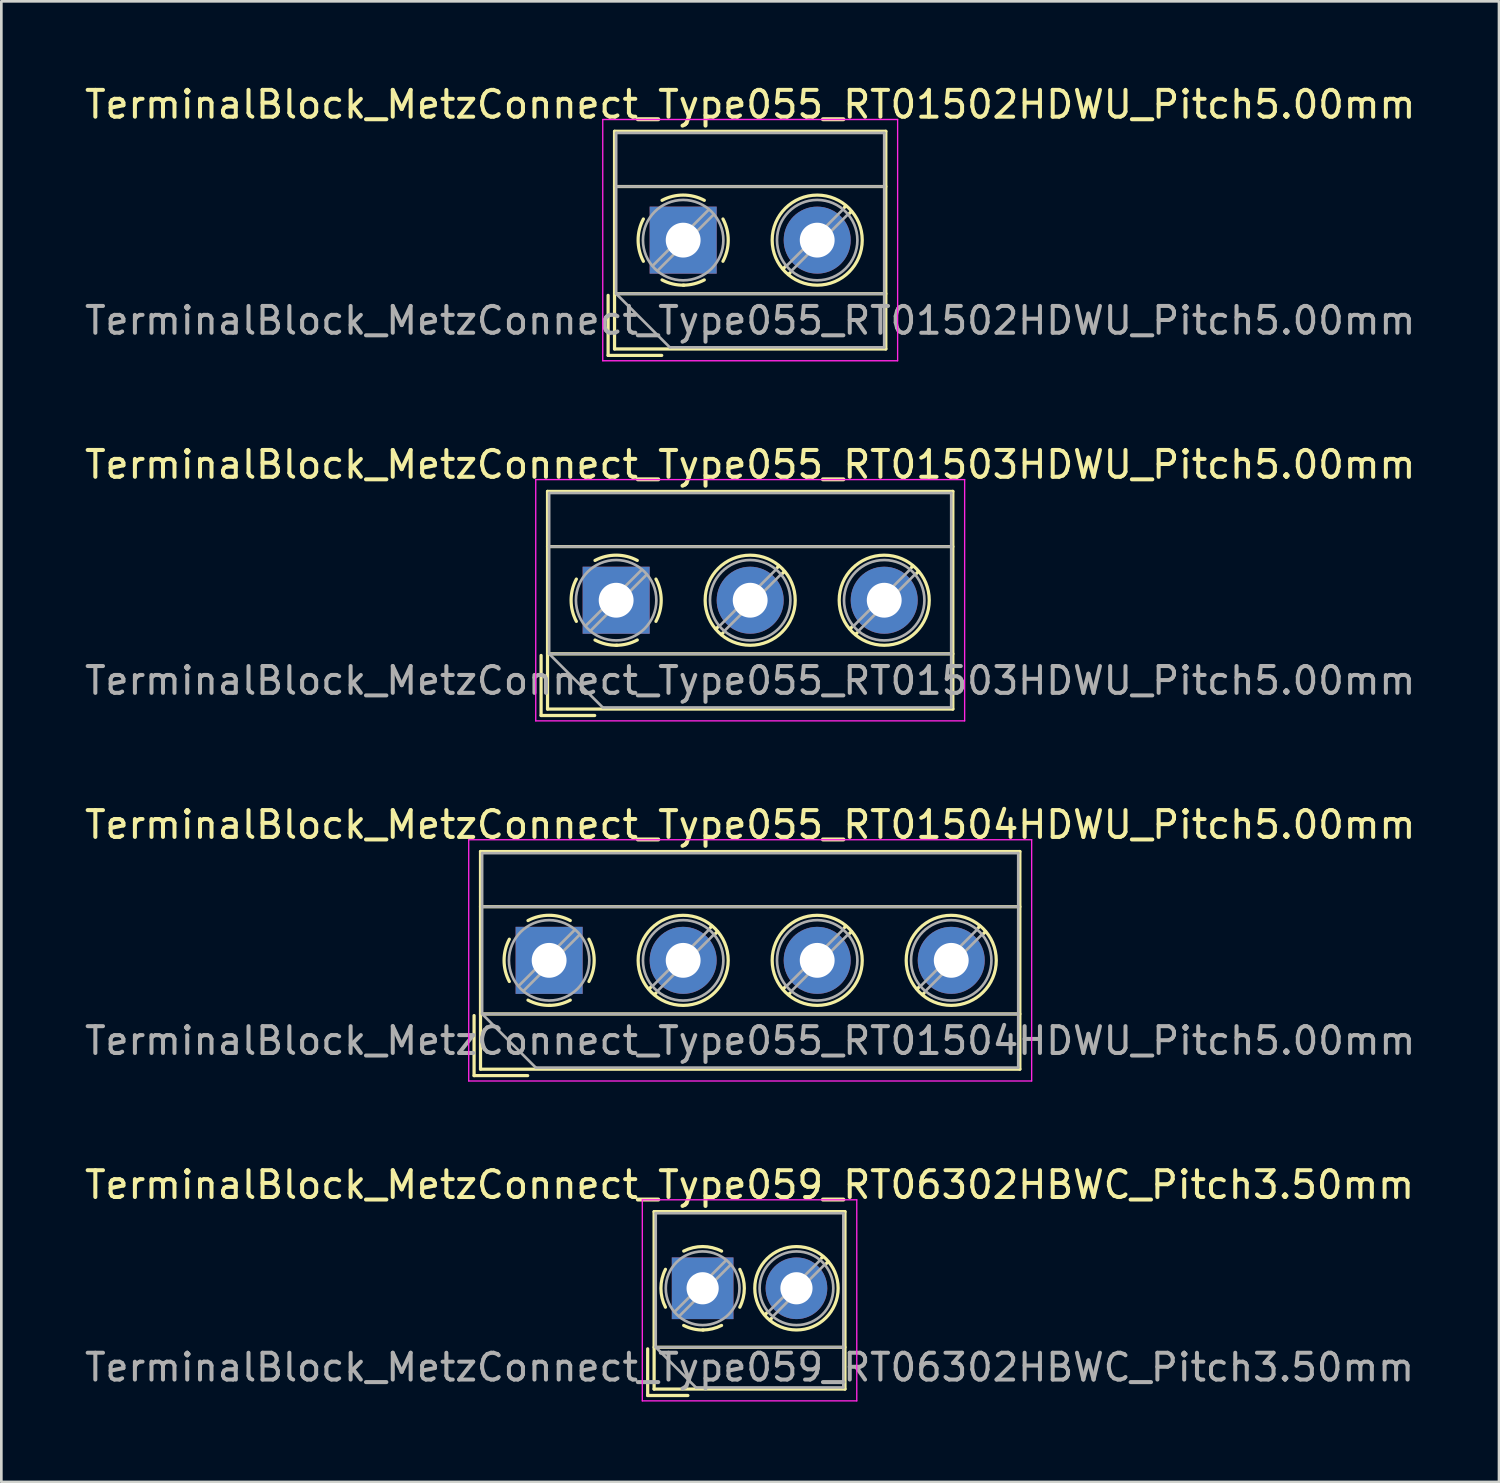
<source format=kicad_pcb>
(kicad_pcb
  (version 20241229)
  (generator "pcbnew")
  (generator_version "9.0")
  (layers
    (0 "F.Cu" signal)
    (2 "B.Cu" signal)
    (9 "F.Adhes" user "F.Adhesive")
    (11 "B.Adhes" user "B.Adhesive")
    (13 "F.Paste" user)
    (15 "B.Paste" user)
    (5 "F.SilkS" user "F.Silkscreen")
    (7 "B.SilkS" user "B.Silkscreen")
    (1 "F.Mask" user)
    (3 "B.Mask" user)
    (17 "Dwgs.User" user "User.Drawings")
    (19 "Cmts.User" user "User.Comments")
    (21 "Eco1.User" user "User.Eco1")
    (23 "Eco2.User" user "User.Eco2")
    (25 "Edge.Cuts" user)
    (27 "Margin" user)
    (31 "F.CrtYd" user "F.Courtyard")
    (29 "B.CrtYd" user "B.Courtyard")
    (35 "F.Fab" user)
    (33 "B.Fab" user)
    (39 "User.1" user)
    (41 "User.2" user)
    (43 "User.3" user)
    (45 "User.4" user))
  (footprint "TerminalBlock_MetzConnect_Type055_RT01502HDWU_Pitch5.00mm"
    (layer "F.Cu")
    (at 22.435 5.908)
    (property "Reference" "TerminalBlock_MetzConnect_Type055_RT01502HDWU_Pitch5.00mm" (at 2.5 -5.06 0) (layer "F.SilkS") (effects (font (size 1 1) (thickness 0.15))))
    (attr through_hole)
    (fp_line (start -2.8 2.06) (end -2.8 4.3) (stroke (width 0.12) (type solid)) (layer "F.SilkS"))
    (fp_line (start -2.8 4.3) (end -0.8 4.3) (stroke (width 0.12) (type solid)) (layer "F.SilkS"))
    (fp_line (start -2.56 -4.06) (end -2.56 4.06) (stroke (width 0.12) (type solid)) (layer "F.SilkS"))
    (fp_line (start -2.56 -2) (end 7.56 -2) (stroke (width 0.12) (type solid)) (layer "F.SilkS"))
    (fp_line (start -2.56 2) (end 7.56 2) (stroke (width 0.12) (type solid)) (layer "F.SilkS"))
    (fp_line (start -2.56 4.06) (end 7.56 4.06) (stroke (width 0.12) (type solid)) (layer "F.SilkS"))
    (fp_line (start 3.82 0.976) (end 3.726 1.069) (stroke (width 0.12) (type solid)) (layer "F.SilkS"))
    (fp_line (start 3.99 1.216) (end 3.931 1.274) (stroke (width 0.12) (type solid)) (layer "F.SilkS"))
    (fp_line (start 6.07 -1.275) (end 6.011 -1.216) (stroke (width 0.12) (type solid)) (layer "F.SilkS"))
    (fp_line (start 6.275 -1.069) (end 6.181 -0.976) (stroke (width 0.12) (type solid)) (layer "F.SilkS"))
    (fp_line (start 7.56 -4.06) (end -2.56 -4.06) (stroke (width 0.12) (type solid)) (layer "F.SilkS"))
    (fp_line (start 7.56 4.06) (end 7.56 -4.06) (stroke (width 0.12) (type solid)) (layer "F.SilkS"))
    (fp_arc (start -1.483953 0.789089) (mid -1.680708 0.00005) (end -1.484 -0.789) (stroke (width 0.12) (type solid)) (layer "F.SilkS"))
    (fp_arc (start -0.789089 -1.483953) (mid -0.00005 -1.680708) (end 0.789 -1.484) (stroke (width 0.12) (type solid)) (layer "F.SilkS"))
    (fp_arc (start 0.029383 1.68045) (mid -0.392304 1.634281) (end -0.789 1.484) (stroke (width 0.12) (type solid)) (layer "F.SilkS"))
    (fp_arc (start 0.788712 1.483352) (mid 0.406429 1.630097) (end 0 1.68) (stroke (width 0.12) (type solid)) (layer "F.SilkS"))
    (fp_arc (start 1.483953 -0.789089) (mid 1.680708 -0.00005) (end 1.484 0.789) (stroke (width 0.12) (type solid)) (layer "F.SilkS"))
    (fp_circle (center 5 0) (end 6.68 0) (stroke (width 0.12) (type solid)) (fill no) (layer "F.SilkS"))
    (fp_line (start -3 -4.5) (end -3 4.5) (stroke (width 0.05) (type solid)) (layer "F.CrtYd"))
    (fp_line (start -3 4.5) (end 8 4.5) (stroke (width 0.05) (type solid)) (layer "F.CrtYd"))
    (fp_line (start 8 -4.5) (end -3 -4.5) (stroke (width 0.05) (type solid)) (layer "F.CrtYd"))
    (fp_line (start 8 4.5) (end 8 -4.5) (stroke (width 0.05) (type solid)) (layer "F.CrtYd"))
    (fp_line (start -2.5 -4) (end 7.5 -4) (stroke (width 0.1) (type solid)) (layer "F.Fab"))
    (fp_line (start -2.5 -2) (end 7.5 -2) (stroke (width 0.1) (type solid)) (layer "F.Fab"))
    (fp_line (start -2.5 2) (end -2.5 -4) (stroke (width 0.1) (type solid)) (layer "F.Fab"))
    (fp_line (start -2.5 2) (end 7.5 2) (stroke (width 0.1) (type solid)) (layer "F.Fab"))
    (fp_line (start -0.5 4) (end -2.5 2) (stroke (width 0.1) (type solid)) (layer "F.Fab"))
    (fp_line (start 0.955 -1.138) (end -1.138 0.955) (stroke (width 0.1) (type solid)) (layer "F.Fab"))
    (fp_line (start 1.138 -0.955) (end -0.955 1.138) (stroke (width 0.1) (type solid)) (layer "F.Fab"))
    (fp_line (start 5.955 -1.138) (end 3.863 0.955) (stroke (width 0.1) (type solid)) (layer "F.Fab"))
    (fp_line (start 6.138 -0.955) (end 4.046 1.138) (stroke (width 0.1) (type solid)) (layer "F.Fab"))
    (fp_line (start 7.5 -4) (end 7.5 4) (stroke (width 0.1) (type solid)) (layer "F.Fab"))
    (fp_line (start 7.5 4) (end -0.5 4) (stroke (width 0.1) (type solid)) (layer "F.Fab"))
    (fp_circle (center 0 0) (end 1.5 0) (stroke (width 0.1) (type solid)) (fill no) (layer "F.Fab"))
    (fp_circle (center 5 0) (end 6.5 0) (stroke (width 0.1) (type solid)) (fill no) (layer "F.Fab"))
    (fp_text user "${REFERENCE}" (at 2.5 3 0) (layer "F.Fab") (effects (font (size 1 1) (thickness 0.15))))
    (pad "1" thru_hole rect (at 0 0) (size 2.5 2.5) (drill 1.3) (layers "*.Cu" "*.Mask"))
    (pad "2" thru_hole circle (at 5 0) (size 2.5 2.5) (drill 1.3) (layers "*.Cu" "*.Mask")))
  (footprint "TerminalBlock_MetzConnect_Type055_RT01504HDWU_Pitch5.00mm"
    (layer "F.Cu")
    (at 17.435 32.775)
    (property "Reference" "TerminalBlock_MetzConnect_Type055_RT01504HDWU_Pitch5.00mm" (at 7.5 -5.06 0) (layer "F.SilkS") (effects (font (size 1 1) (thickness 0.15))))
    (attr through_hole)
    (fp_line (start -2.8 2.06) (end -2.8 4.3) (stroke (width 0.12) (type solid)) (layer "F.SilkS"))
    (fp_line (start -2.8 4.3) (end -0.8 4.3) (stroke (width 0.12) (type solid)) (layer "F.SilkS"))
    (fp_line (start -2.56 -4.06) (end -2.56 4.06) (stroke (width 0.12) (type solid)) (layer "F.SilkS"))
    (fp_line (start -2.56 -2) (end 17.56 -2) (stroke (width 0.12) (type solid)) (layer "F.SilkS"))
    (fp_line (start -2.56 2) (end 17.56 2) (stroke (width 0.12) (type solid)) (layer "F.SilkS"))
    (fp_line (start -2.56 4.06) (end 17.56 4.06) (stroke (width 0.12) (type solid)) (layer "F.SilkS"))
    (fp_line (start 3.82 0.976) (end 3.726 1.069) (stroke (width 0.12) (type solid)) (layer "F.SilkS"))
    (fp_line (start 3.99 1.216) (end 3.931 1.274) (stroke (width 0.12) (type solid)) (layer "F.SilkS"))
    (fp_line (start 6.07 -1.275) (end 6.011 -1.216) (stroke (width 0.12) (type solid)) (layer "F.SilkS"))
    (fp_line (start 6.275 -1.069) (end 6.181 -0.976) (stroke (width 0.12) (type solid)) (layer "F.SilkS"))
    (fp_line (start 8.82 0.976) (end 8.726 1.069) (stroke (width 0.12) (type solid)) (layer "F.SilkS"))
    (fp_line (start 8.99 1.216) (end 8.931 1.274) (stroke (width 0.12) (type solid)) (layer "F.SilkS"))
    (fp_line (start 11.07 -1.275) (end 11.011 -1.216) (stroke (width 0.12) (type solid)) (layer "F.SilkS"))
    (fp_line (start 11.275 -1.069) (end 11.181 -0.976) (stroke (width 0.12) (type solid)) (layer "F.SilkS"))
    (fp_line (start 13.82 0.976) (end 13.726 1.069) (stroke (width 0.12) (type solid)) (layer "F.SilkS"))
    (fp_line (start 13.99 1.216) (end 13.931 1.274) (stroke (width 0.12) (type solid)) (layer "F.SilkS"))
    (fp_line (start 16.07 -1.275) (end 16.011 -1.216) (stroke (width 0.12) (type solid)) (layer "F.SilkS"))
    (fp_line (start 16.275 -1.069) (end 16.181 -0.976) (stroke (width 0.12) (type solid)) (layer "F.SilkS"))
    (fp_line (start 17.56 -4.06) (end -2.56 -4.06) (stroke (width 0.12) (type solid)) (layer "F.SilkS"))
    (fp_line (start 17.56 4.06) (end 17.56 -4.06) (stroke (width 0.12) (type solid)) (layer "F.SilkS"))
    (fp_arc (start -1.483953 0.789089) (mid -1.680708 0.00005) (end -1.484 -0.789) (stroke (width 0.12) (type solid)) (layer "F.SilkS"))
    (fp_arc (start -0.789089 -1.483953) (mid -0.00005 -1.680708) (end 0.789 -1.484) (stroke (width 0.12) (type solid)) (layer "F.SilkS"))
    (fp_arc (start 0.029383 1.68045) (mid -0.392304 1.634281) (end -0.789 1.484) (stroke (width 0.12) (type solid)) (layer "F.SilkS"))
    (fp_arc (start 0.788712 1.483352) (mid 0.406429 1.630097) (end 0 1.68) (stroke (width 0.12) (type solid)) (layer "F.SilkS"))
    (fp_arc (start 1.483953 -0.789089) (mid 1.680708 -0.00005) (end 1.484 0.789) (stroke (width 0.12) (type solid)) (layer "F.SilkS"))
    (fp_circle (center 5 0) (end 6.68 0) (stroke (width 0.12) (type solid)) (fill no) (layer "F.SilkS"))
    (fp_circle (center 10 0) (end 11.68 0) (stroke (width 0.12) (type solid)) (fill no) (layer "F.SilkS"))
    (fp_circle (center 15 0) (end 16.68 0) (stroke (width 0.12) (type solid)) (fill no) (layer "F.SilkS"))
    (fp_line (start -3 -4.5) (end -3 4.5) (stroke (width 0.05) (type solid)) (layer "F.CrtYd"))
    (fp_line (start -3 4.5) (end 18 4.5) (stroke (width 0.05) (type solid)) (layer "F.CrtYd"))
    (fp_line (start 18 -4.5) (end -3 -4.5) (stroke (width 0.05) (type solid)) (layer "F.CrtYd"))
    (fp_line (start 18 4.5) (end 18 -4.5) (stroke (width 0.05) (type solid)) (layer "F.CrtYd"))
    (fp_line (start -2.5 -4) (end 17.5 -4) (stroke (width 0.1) (type solid)) (layer "F.Fab"))
    (fp_line (start -2.5 -2) (end 17.5 -2) (stroke (width 0.1) (type solid)) (layer "F.Fab"))
    (fp_line (start -2.5 2) (end -2.5 -4) (stroke (width 0.1) (type solid)) (layer "F.Fab"))
    (fp_line (start -2.5 2) (end 17.5 2) (stroke (width 0.1) (type solid)) (layer "F.Fab"))
    (fp_line (start -0.5 4) (end -2.5 2) (stroke (width 0.1) (type solid)) (layer "F.Fab"))
    (fp_line (start 0.955 -1.138) (end -1.138 0.955) (stroke (width 0.1) (type solid)) (layer "F.Fab"))
    (fp_line (start 1.138 -0.955) (end -0.955 1.138) (stroke (width 0.1) (type solid)) (layer "F.Fab"))
    (fp_line (start 5.955 -1.138) (end 3.863 0.955) (stroke (width 0.1) (type solid)) (layer "F.Fab"))
    (fp_line (start 6.138 -0.955) (end 4.046 1.138) (stroke (width 0.1) (type solid)) (layer "F.Fab"))
    (fp_line (start 10.955 -1.138) (end 8.863 0.955) (stroke (width 0.1) (type solid)) (layer "F.Fab"))
    (fp_line (start 11.138 -0.955) (end 9.046 1.138) (stroke (width 0.1) (type solid)) (layer "F.Fab"))
    (fp_line (start 15.955 -1.138) (end 13.863 0.955) (stroke (width 0.1) (type solid)) (layer "F.Fab"))
    (fp_line (start 16.138 -0.955) (end 14.046 1.138) (stroke (width 0.1) (type solid)) (layer "F.Fab"))
    (fp_line (start 17.5 -4) (end 17.5 4) (stroke (width 0.1) (type solid)) (layer "F.Fab"))
    (fp_line (start 17.5 4) (end -0.5 4) (stroke (width 0.1) (type solid)) (layer "F.Fab"))
    (fp_circle (center 0 0) (end 1.5 0) (stroke (width 0.1) (type solid)) (fill no) (layer "F.Fab"))
    (fp_circle (center 5 0) (end 6.5 0) (stroke (width 0.1) (type solid)) (fill no) (layer "F.Fab"))
    (fp_circle (center 10 0) (end 11.5 0) (stroke (width 0.1) (type solid)) (fill no) (layer "F.Fab"))
    (fp_circle (center 15 0) (end 16.5 0) (stroke (width 0.1) (type solid)) (fill no) (layer "F.Fab"))
    (fp_text user "${REFERENCE}" (at 7.5 3 0) (layer "F.Fab") (effects (font (size 1 1) (thickness 0.15))))
    (pad "1" thru_hole rect (at 0 0) (size 2.5 2.5) (drill 1.3) (layers "*.Cu" "*.Mask"))
    (pad "2" thru_hole circle (at 5 0) (size 2.5 2.5) (drill 1.3) (layers "*.Cu" "*.Mask"))
    (pad "3" thru_hole circle (at 10 0) (size 2.5 2.5) (drill 1.3) (layers "*.Cu" "*.Mask"))
    (pad "4" thru_hole circle (at 15 0) (size 2.5 2.5) (drill 1.3) (layers "*.Cu" "*.Mask")))
  (footprint "TerminalBlock_MetzConnect_Type055_RT01503HDWU_Pitch5.00mm"
    (layer "F.Cu")
    (at 19.935 19.341)
    (property "Reference" "TerminalBlock_MetzConnect_Type055_RT01503HDWU_Pitch5.00mm" (at 5 -5.06 0) (layer "F.SilkS") (effects (font (size 1 1) (thickness 0.15))))
    (attr through_hole)
    (fp_line (start -2.8 2.06) (end -2.8 4.3) (stroke (width 0.12) (type solid)) (layer "F.SilkS"))
    (fp_line (start -2.8 4.3) (end -0.8 4.3) (stroke (width 0.12) (type solid)) (layer "F.SilkS"))
    (fp_line (start -2.56 -4.06) (end -2.56 4.06) (stroke (width 0.12) (type solid)) (layer "F.SilkS"))
    (fp_line (start -2.56 -2) (end 12.56 -2) (stroke (width 0.12) (type solid)) (layer "F.SilkS"))
    (fp_line (start -2.56 2) (end 12.56 2) (stroke (width 0.12) (type solid)) (layer "F.SilkS"))
    (fp_line (start -2.56 4.06) (end 12.56 4.06) (stroke (width 0.12) (type solid)) (layer "F.SilkS"))
    (fp_line (start 3.82 0.976) (end 3.726 1.069) (stroke (width 0.12) (type solid)) (layer "F.SilkS"))
    (fp_line (start 3.99 1.216) (end 3.931 1.274) (stroke (width 0.12) (type solid)) (layer "F.SilkS"))
    (fp_line (start 6.07 -1.275) (end 6.011 -1.216) (stroke (width 0.12) (type solid)) (layer "F.SilkS"))
    (fp_line (start 6.275 -1.069) (end 6.181 -0.976) (stroke (width 0.12) (type solid)) (layer "F.SilkS"))
    (fp_line (start 8.82 0.976) (end 8.726 1.069) (stroke (width 0.12) (type solid)) (layer "F.SilkS"))
    (fp_line (start 8.99 1.216) (end 8.931 1.274) (stroke (width 0.12) (type solid)) (layer "F.SilkS"))
    (fp_line (start 11.07 -1.275) (end 11.011 -1.216) (stroke (width 0.12) (type solid)) (layer "F.SilkS"))
    (fp_line (start 11.275 -1.069) (end 11.181 -0.976) (stroke (width 0.12) (type solid)) (layer "F.SilkS"))
    (fp_line (start 12.56 -4.06) (end -2.56 -4.06) (stroke (width 0.12) (type solid)) (layer "F.SilkS"))
    (fp_line (start 12.56 4.06) (end 12.56 -4.06) (stroke (width 0.12) (type solid)) (layer "F.SilkS"))
    (fp_arc (start -1.483953 0.789089) (mid -1.680708 0.00005) (end -1.484 -0.789) (stroke (width 0.12) (type solid)) (layer "F.SilkS"))
    (fp_arc (start -0.789089 -1.483953) (mid -0.00005 -1.680708) (end 0.789 -1.484) (stroke (width 0.12) (type solid)) (layer "F.SilkS"))
    (fp_arc (start 0.029383 1.68045) (mid -0.392304 1.634281) (end -0.789 1.484) (stroke (width 0.12) (type solid)) (layer "F.SilkS"))
    (fp_arc (start 0.788712 1.483352) (mid 0.406429 1.630097) (end 0 1.68) (stroke (width 0.12) (type solid)) (layer "F.SilkS"))
    (fp_arc (start 1.483953 -0.789089) (mid 1.680708 -0.00005) (end 1.484 0.789) (stroke (width 0.12) (type solid)) (layer "F.SilkS"))
    (fp_circle (center 5 0) (end 6.68 0) (stroke (width 0.12) (type solid)) (fill no) (layer "F.SilkS"))
    (fp_circle (center 10 0) (end 11.68 0) (stroke (width 0.12) (type solid)) (fill no) (layer "F.SilkS"))
    (fp_line (start -3 -4.5) (end -3 4.5) (stroke (width 0.05) (type solid)) (layer "F.CrtYd"))
    (fp_line (start -3 4.5) (end 13 4.5) (stroke (width 0.05) (type solid)) (layer "F.CrtYd"))
    (fp_line (start 13 -4.5) (end -3 -4.5) (stroke (width 0.05) (type solid)) (layer "F.CrtYd"))
    (fp_line (start 13 4.5) (end 13 -4.5) (stroke (width 0.05) (type solid)) (layer "F.CrtYd"))
    (fp_line (start -2.5 -4) (end 12.5 -4) (stroke (width 0.1) (type solid)) (layer "F.Fab"))
    (fp_line (start -2.5 -2) (end 12.5 -2) (stroke (width 0.1) (type solid)) (layer "F.Fab"))
    (fp_line (start -2.5 2) (end -2.5 -4) (stroke (width 0.1) (type solid)) (layer "F.Fab"))
    (fp_line (start -2.5 2) (end 12.5 2) (stroke (width 0.1) (type solid)) (layer "F.Fab"))
    (fp_line (start -0.5 4) (end -2.5 2) (stroke (width 0.1) (type solid)) (layer "F.Fab"))
    (fp_line (start 0.955 -1.138) (end -1.138 0.955) (stroke (width 0.1) (type solid)) (layer "F.Fab"))
    (fp_line (start 1.138 -0.955) (end -0.955 1.138) (stroke (width 0.1) (type solid)) (layer "F.Fab"))
    (fp_line (start 5.955 -1.138) (end 3.863 0.955) (stroke (width 0.1) (type solid)) (layer "F.Fab"))
    (fp_line (start 6.138 -0.955) (end 4.046 1.138) (stroke (width 0.1) (type solid)) (layer "F.Fab"))
    (fp_line (start 10.955 -1.138) (end 8.863 0.955) (stroke (width 0.1) (type solid)) (layer "F.Fab"))
    (fp_line (start 11.138 -0.955) (end 9.046 1.138) (stroke (width 0.1) (type solid)) (layer "F.Fab"))
    (fp_line (start 12.5 -4) (end 12.5 4) (stroke (width 0.1) (type solid)) (layer "F.Fab"))
    (fp_line (start 12.5 4) (end -0.5 4) (stroke (width 0.1) (type solid)) (layer "F.Fab"))
    (fp_circle (center 0 0) (end 1.5 0) (stroke (width 0.1) (type solid)) (fill no) (layer "F.Fab"))
    (fp_circle (center 5 0) (end 6.5 0) (stroke (width 0.1) (type solid)) (fill no) (layer "F.Fab"))
    (fp_circle (center 10 0) (end 11.5 0) (stroke (width 0.1) (type solid)) (fill no) (layer "F.Fab"))
    (fp_text user "${REFERENCE}" (at 5 3 0) (layer "F.Fab") (effects (font (size 1 1) (thickness 0.15))))
    (pad "1" thru_hole rect (at 0 0) (size 2.5 2.5) (drill 1.3) (layers "*.Cu" "*.Mask"))
    (pad "2" thru_hole circle (at 5 0) (size 2.5 2.5) (drill 1.3) (layers "*.Cu" "*.Mask"))
    (pad "3" thru_hole circle (at 10 0) (size 2.5 2.5) (drill 1.3) (layers "*.Cu" "*.Mask")))
  (footprint "TerminalBlock_MetzConnect_Type059_RT06302HBWC_Pitch3.50mm"
    (layer "F.Cu")
    (at 23.161 45.008)
    (property "Reference" "TerminalBlock_MetzConnect_Type059_RT06302HBWC_Pitch3.50mm" (at 1.75 -3.86 0) (layer "F.SilkS") (effects (font (size 1 1) (thickness 0.15))))
    (attr through_hole)
    (fp_line (start -2.05 2.26) (end -2.05 4) (stroke (width 0.12) (type solid)) (layer "F.SilkS"))
    (fp_line (start -2.05 4) (end -0.55 4) (stroke (width 0.12) (type solid)) (layer "F.SilkS"))
    (fp_line (start -1.81 -2.86) (end -1.81 3.76) (stroke (width 0.12) (type solid)) (layer "F.SilkS"))
    (fp_line (start -1.81 2.2) (end 5.31 2.2) (stroke (width 0.12) (type solid)) (layer "F.SilkS"))
    (fp_line (start -1.81 3.76) (end 5.31 3.76) (stroke (width 0.12) (type solid)) (layer "F.SilkS"))
    (fp_line (start 2.397 0.914) (end 2.321 0.99) (stroke (width 0.12) (type solid)) (layer "F.SilkS"))
    (fp_line (start 2.565 1.125) (end 2.511 1.18) (stroke (width 0.12) (type solid)) (layer "F.SilkS"))
    (fp_line (start 4.49 -1.18) (end 4.436 -1.126) (stroke (width 0.12) (type solid)) (layer "F.SilkS"))
    (fp_line (start 4.68 -0.99) (end 4.604 -0.914) (stroke (width 0.12) (type solid)) (layer "F.SilkS"))
    (fp_line (start 5.31 -2.86) (end -1.81 -2.86) (stroke (width 0.12) (type solid)) (layer "F.SilkS"))
    (fp_line (start 5.31 3.76) (end 5.31 -2.86) (stroke (width 0.12) (type solid)) (layer "F.SilkS"))
    (fp_arc (start -1.386645 0.705733) (mid -1.555906 -0.000711) (end -1.386 -0.707) (stroke (width 0.12) (type solid)) (layer "F.SilkS"))
    (fp_arc (start -0.705733 -1.386645) (mid 0.000711 -1.555906) (end 0.707 -1.386) (stroke (width 0.12) (type solid)) (layer "F.SilkS"))
    (fp_arc (start 0.026444 1.555682) (mid -0.350695 1.515869) (end -0.707 1.386) (stroke (width 0.12) (type solid)) (layer "F.SilkS"))
    (fp_arc (start 0.705955 1.385515) (mid 0.363007 1.512035) (end 0 1.555) (stroke (width 0.12) (type solid)) (layer "F.SilkS"))
    (fp_arc (start 1.386645 -0.705733) (mid 1.555906 0.000711) (end 1.386 0.707) (stroke (width 0.12) (type solid)) (layer "F.SilkS"))
    (fp_circle (center 3.5 0) (end 5.055 0) (stroke (width 0.12) (type solid)) (fill no) (layer "F.SilkS"))
    (fp_line (start -2.25 -3.3) (end -2.25 4.2) (stroke (width 0.05) (type solid)) (layer "F.CrtYd"))
    (fp_line (start -2.25 4.2) (end 5.75 4.2) (stroke (width 0.05) (type solid)) (layer "F.CrtYd"))
    (fp_line (start 5.75 -3.3) (end -2.25 -3.3) (stroke (width 0.05) (type solid)) (layer "F.CrtYd"))
    (fp_line (start 5.75 4.2) (end 5.75 -3.3) (stroke (width 0.05) (type solid)) (layer "F.CrtYd"))
    (fp_line (start -1.75 -2.8) (end 5.25 -2.8) (stroke (width 0.1) (type solid)) (layer "F.Fab"))
    (fp_line (start -1.75 2.2) (end -1.75 -2.8) (stroke (width 0.1) (type solid)) (layer "F.Fab"))
    (fp_line (start -1.75 2.2) (end 5.25 2.2) (stroke (width 0.1) (type solid)) (layer "F.Fab"))
    (fp_line (start -0.25 3.7) (end -1.75 2.2) (stroke (width 0.1) (type solid)) (layer "F.Fab"))
    (fp_line (start 0.876 -1.043) (end -1.043 0.875) (stroke (width 0.1) (type solid)) (layer "F.Fab"))
    (fp_line (start 1.043 -0.875) (end -0.876 1.043) (stroke (width 0.1) (type solid)) (layer "F.Fab"))
    (fp_line (start 4.376 -1.043) (end 2.458 0.875) (stroke (width 0.1) (type solid)) (layer "F.Fab"))
    (fp_line (start 4.543 -0.875) (end 2.625 1.043) (stroke (width 0.1) (type solid)) (layer "F.Fab"))
    (fp_line (start 5.25 -2.8) (end 5.25 3.7) (stroke (width 0.1) (type solid)) (layer "F.Fab"))
    (fp_line (start 5.25 3.7) (end -0.25 3.7) (stroke (width 0.1) (type solid)) (layer "F.Fab"))
    (fp_circle (center 0 0) (end 1.375 0) (stroke (width 0.1) (type solid)) (fill no) (layer "F.Fab"))
    (fp_circle (center 3.5 0) (end 4.875 0) (stroke (width 0.1) (type solid)) (fill no) (layer "F.Fab"))
    (fp_text user "${REFERENCE}" (at 1.75 2.95 0) (layer "F.Fab") (effects (font (size 1 1) (thickness 0.15))))
    (pad "1" thru_hole rect (at 0 0) (size 2.3 2.3) (drill 1.2) (layers "*.Cu" "*.Mask"))
    (pad "2" thru_hole circle (at 3.5 0) (size 2.3 2.3) (drill 1.2) (layers "*.Cu" "*.Mask")))
  (gr_rect
    (start -3 -3)
    (end 52.869 52.233)
    (stroke (width 0.1) (type default))
    (fill no)
    (layer "Edge.Cuts")))
</source>
